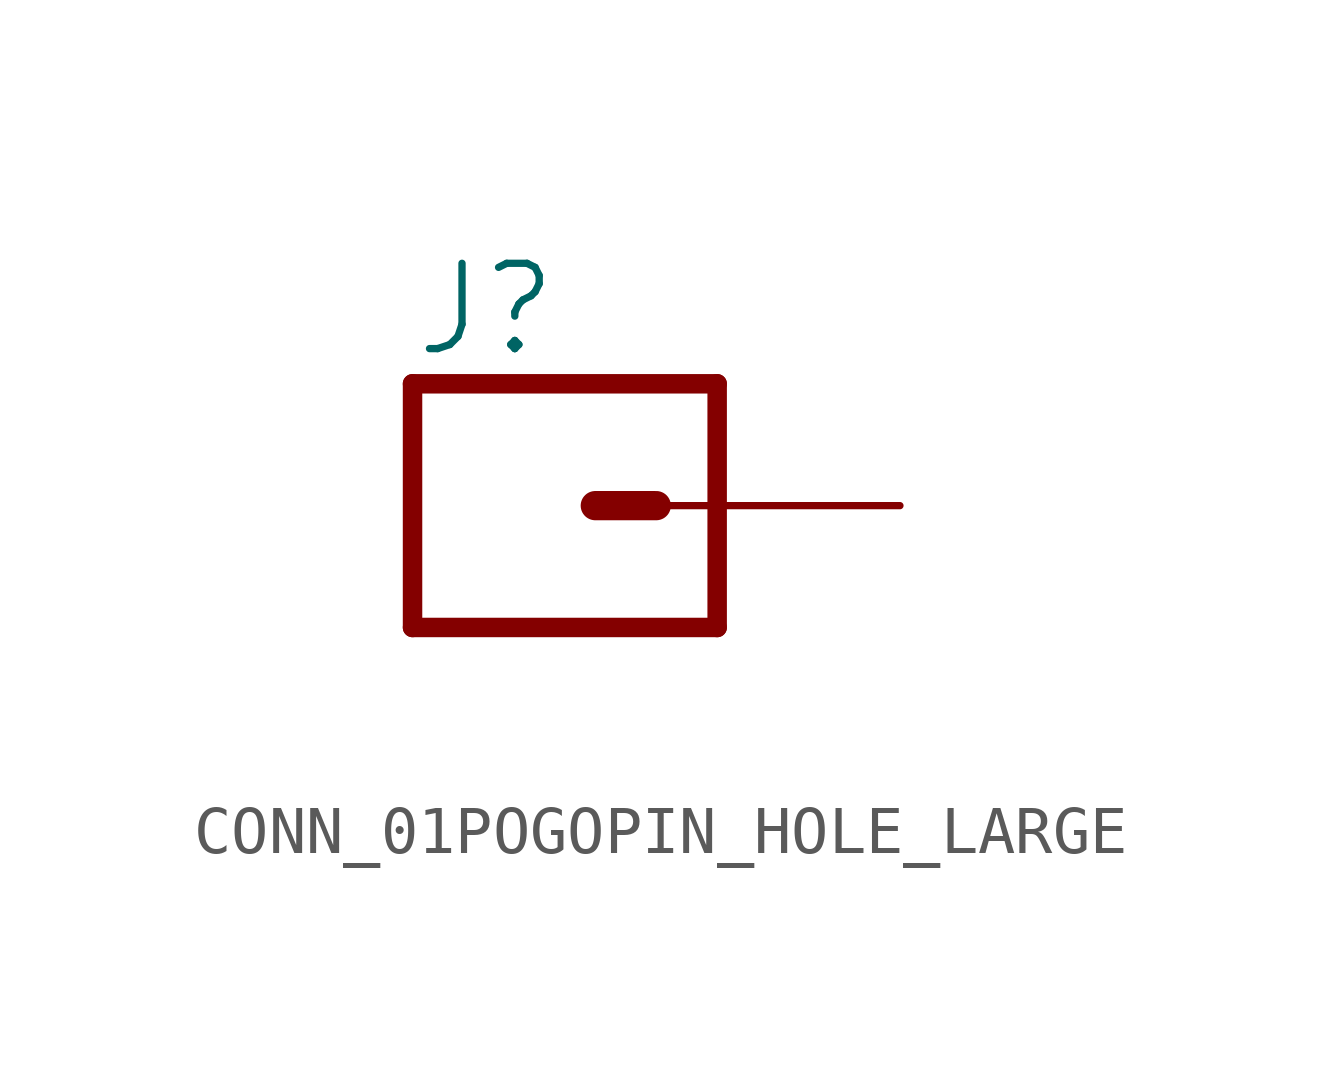
<source format=kicad_sym>
(kicad_symbol_lib
  (version 20220914)
  (generator kicad_symbol_editor)
  (symbol "CONN_01POGOPIN_HOLE_LARGE"
    (property "Reference" "J"
      (at -2.54 3.048 0)
      (effects (font (size 1.778 1.778)) (justify left bottom)))
    (property "Value" ""
      (at -2.54 -4.826 0)
      (effects (font (size 1.778 1.778)) (justify left bottom)))
    (property "ki_locked" ""
      (at 0 0 0)
      (effects (font (size 1.27 1.27))))
    (symbol "CONN_01POGOPIN_HOLE_LARGE_1_0"
      (polyline (pts (xy -2.54 2.54) (xy -2.54 -2.54)) (stroke (width 0.406) (type solid)) (fill (type none)))
      (polyline (pts (xy -2.54 2.54) (xy 3.81 2.54)) (stroke (width 0.406) (type solid)) (fill (type none)))
      (polyline (pts (xy 1.27 0) (xy 2.54 0)) (stroke (width 0.61) (type solid)) (fill (type none)))
      (polyline (pts (xy 3.81 -2.54) (xy -2.54 -2.54)) (stroke (width 0.406) (type solid)) (fill (type none)))
      (polyline (pts (xy 3.81 -2.54) (xy 3.81 2.54)) (stroke (width 0.406) (type solid)) (fill (type none)))
      (pin passive line (at 7.62 0 180) (length 5.08) (name "1" (effects (font (size 0 0)))) (number "1" (effects (font (size 0 0))))))))
</source>
